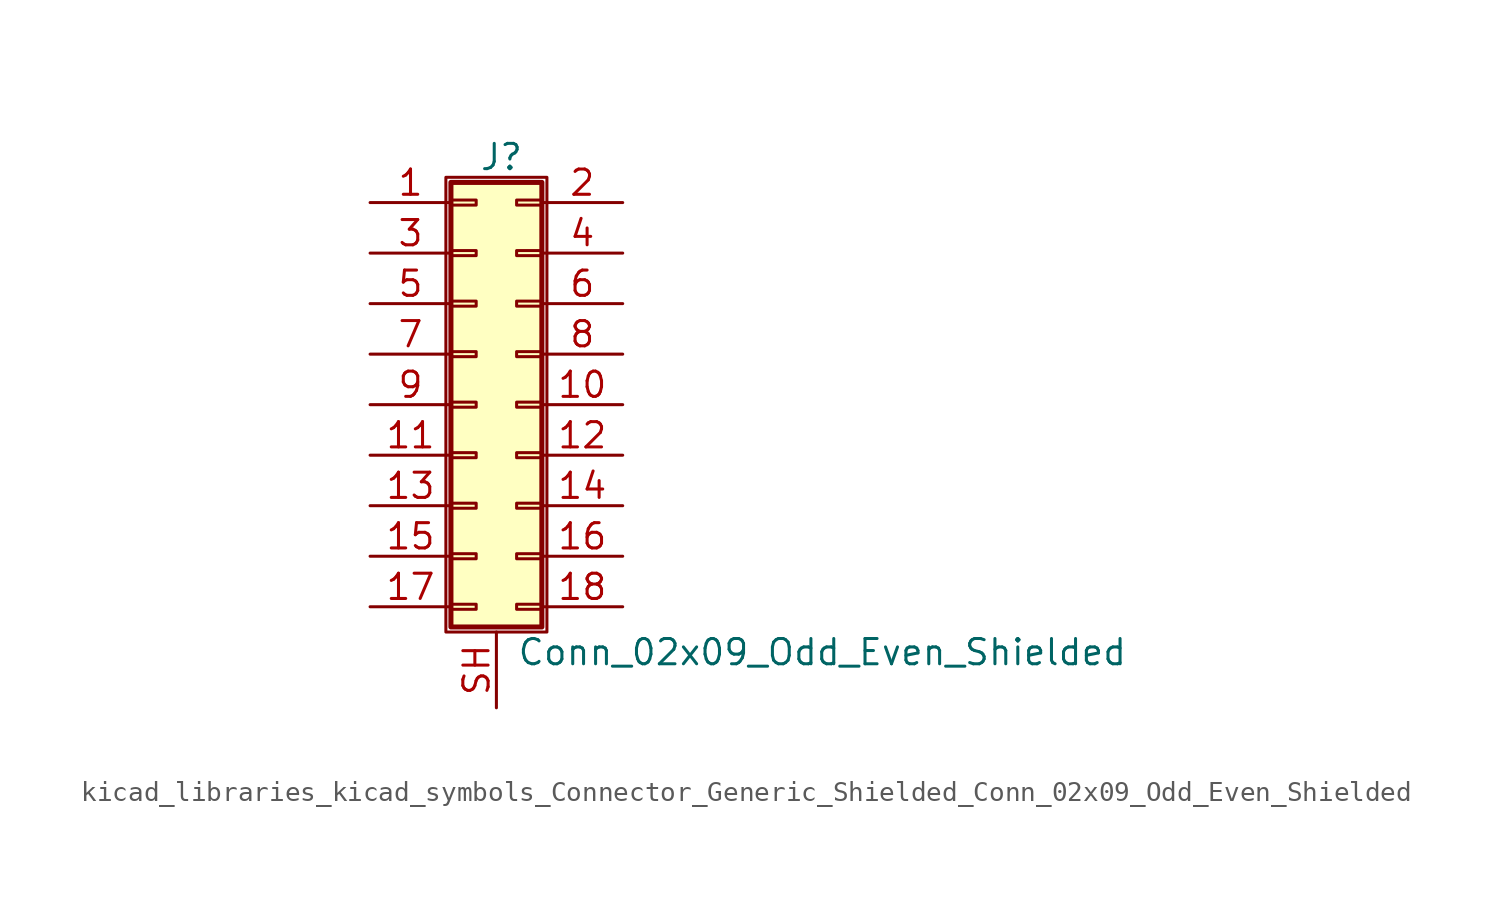
<source format=kicad_sym>
(kicad_symbol_lib
  (version 20220914)
  (generator kicad_symbol_editor)
  (symbol "kicad_libraries_kicad_symbols_Connector_Generic_Shielded_Conn_02x09_Odd_Even_Shielded"
    (pin_names
      (offset 1.016) hide)
    (property "Reference" "J"
      (at 1.524 12.446 0)
      (effects (font (size 1.27 1.27))))
    (property "Value" "Conn_02x09_Odd_Even_Shielded"
      (at 2.286 -12.446 0)
      (effects (font (size 1.27 1.27)) (justify left)))
    (symbol "kicad_libraries_kicad_symbols_Connector_Generic_Shielded_Conn_02x09_Odd_Even_Shielded_1_1"
      (rectangle (start -1.27 11.43) (end 3.81 -11.43) (stroke (width 0.152) (type default)) (fill (type none)))
      (rectangle (start -1.016 -10.033) (end 0.254 -10.287) (stroke (width 0.152) (type default)) (fill (type none)))
      (rectangle (start -1.016 -7.493) (end 0.254 -7.747) (stroke (width 0.152) (type default)) (fill (type none)))
      (rectangle (start -1.016 -4.953) (end 0.254 -5.207) (stroke (width 0.152) (type default)) (fill (type none)))
      (rectangle (start -1.016 -2.413) (end 0.254 -2.667) (stroke (width 0.152) (type default)) (fill (type none)))
      (rectangle (start -1.016 0.127) (end 0.254 -0.127) (stroke (width 0.152) (type default)) (fill (type none)))
      (rectangle (start -1.016 2.667) (end 0.254 2.413) (stroke (width 0.152) (type default)) (fill (type none)))
      (rectangle (start -1.016 5.207) (end 0.254 4.953) (stroke (width 0.152) (type default)) (fill (type none)))
      (rectangle (start -1.016 7.747) (end 0.254 7.493) (stroke (width 0.152) (type default)) (fill (type none)))
      (rectangle (start -1.016 10.287) (end 0.254 10.033) (stroke (width 0.152) (type default)) (fill (type none)))
      (rectangle (start -1.016 11.176) (end 3.556 -11.176) (stroke (width 0.254) (type default)) (fill (type background)))
      (rectangle (start 3.556 -10.033) (end 2.286 -10.287) (stroke (width 0.152) (type default)) (fill (type none)))
      (rectangle (start 3.556 -7.493) (end 2.286 -7.747) (stroke (width 0.152) (type default)) (fill (type none)))
      (rectangle (start 3.556 -4.953) (end 2.286 -5.207) (stroke (width 0.152) (type default)) (fill (type none)))
      (rectangle (start 3.556 -2.413) (end 2.286 -2.667) (stroke (width 0.152) (type default)) (fill (type none)))
      (rectangle (start 3.556 0.127) (end 2.286 -0.127) (stroke (width 0.152) (type default)) (fill (type none)))
      (rectangle (start 3.556 2.667) (end 2.286 2.413) (stroke (width 0.152) (type default)) (fill (type none)))
      (rectangle (start 3.556 5.207) (end 2.286 4.953) (stroke (width 0.152) (type default)) (fill (type none)))
      (rectangle (start 3.556 7.747) (end 2.286 7.493) (stroke (width 0.152) (type default)) (fill (type none)))
      (rectangle (start 3.556 10.287) (end 2.286 10.033) (stroke (width 0.152) (type default)) (fill (type none)))
      (pin passive line (at -5.08 10.16 0) (length 4.064) (name "Pin_1" (effects (font (size 1.27 1.27)))) (number "1" (effects (font (size 1.27 1.27)))))
      (pin passive line (at 7.62 0 180) (length 4.064) (name "Pin_10" (effects (font (size 1.27 1.27)))) (number "10" (effects (font (size 1.27 1.27)))))
      (pin passive line (at -5.08 -2.54 0) (length 4.064) (name "Pin_11" (effects (font (size 1.27 1.27)))) (number "11" (effects (font (size 1.27 1.27)))))
      (pin passive line (at 7.62 -2.54 180) (length 4.064) (name "Pin_12" (effects (font (size 1.27 1.27)))) (number "12" (effects (font (size 1.27 1.27)))))
      (pin passive line (at -5.08 -5.08 0) (length 4.064) (name "Pin_13" (effects (font (size 1.27 1.27)))) (number "13" (effects (font (size 1.27 1.27)))))
      (pin passive line (at 7.62 -5.08 180) (length 4.064) (name "Pin_14" (effects (font (size 1.27 1.27)))) (number "14" (effects (font (size 1.27 1.27)))))
      (pin passive line (at -5.08 -7.62 0) (length 4.064) (name "Pin_15" (effects (font (size 1.27 1.27)))) (number "15" (effects (font (size 1.27 1.27)))))
      (pin passive line (at 7.62 -7.62 180) (length 4.064) (name "Pin_16" (effects (font (size 1.27 1.27)))) (number "16" (effects (font (size 1.27 1.27)))))
      (pin passive line (at -5.08 -10.16 0) (length 4.064) (name "Pin_17" (effects (font (size 1.27 1.27)))) (number "17" (effects (font (size 1.27 1.27)))))
      (pin passive line (at 7.62 -10.16 180) (length 4.064) (name "Pin_18" (effects (font (size 1.27 1.27)))) (number "18" (effects (font (size 1.27 1.27)))))
      (pin passive line (at 7.62 10.16 180) (length 4.064) (name "Pin_2" (effects (font (size 1.27 1.27)))) (number "2" (effects (font (size 1.27 1.27)))))
      (pin passive line (at -5.08 7.62 0) (length 4.064) (name "Pin_3" (effects (font (size 1.27 1.27)))) (number "3" (effects (font (size 1.27 1.27)))))
      (pin passive line (at 7.62 7.62 180) (length 4.064) (name "Pin_4" (effects (font (size 1.27 1.27)))) (number "4" (effects (font (size 1.27 1.27)))))
      (pin passive line (at -5.08 5.08 0) (length 4.064) (name "Pin_5" (effects (font (size 1.27 1.27)))) (number "5" (effects (font (size 1.27 1.27)))))
      (pin passive line (at 7.62 5.08 180) (length 4.064) (name "Pin_6" (effects (font (size 1.27 1.27)))) (number "6" (effects (font (size 1.27 1.27)))))
      (pin passive line (at -5.08 2.54 0) (length 4.064) (name "Pin_7" (effects (font (size 1.27 1.27)))) (number "7" (effects (font (size 1.27 1.27)))))
      (pin passive line (at 7.62 2.54 180) (length 4.064) (name "Pin_8" (effects (font (size 1.27 1.27)))) (number "8" (effects (font (size 1.27 1.27)))))
      (pin passive line (at -5.08 0 0) (length 4.064) (name "Pin_9" (effects (font (size 1.27 1.27)))) (number "9" (effects (font (size 1.27 1.27)))))
      (pin passive line (at 1.27 -15.24 90) (length 3.81) (name "Shield" (effects (font (size 1.27 1.27)))) (number "SH" (effects (font (size 1.27 1.27))))))))
</source>
